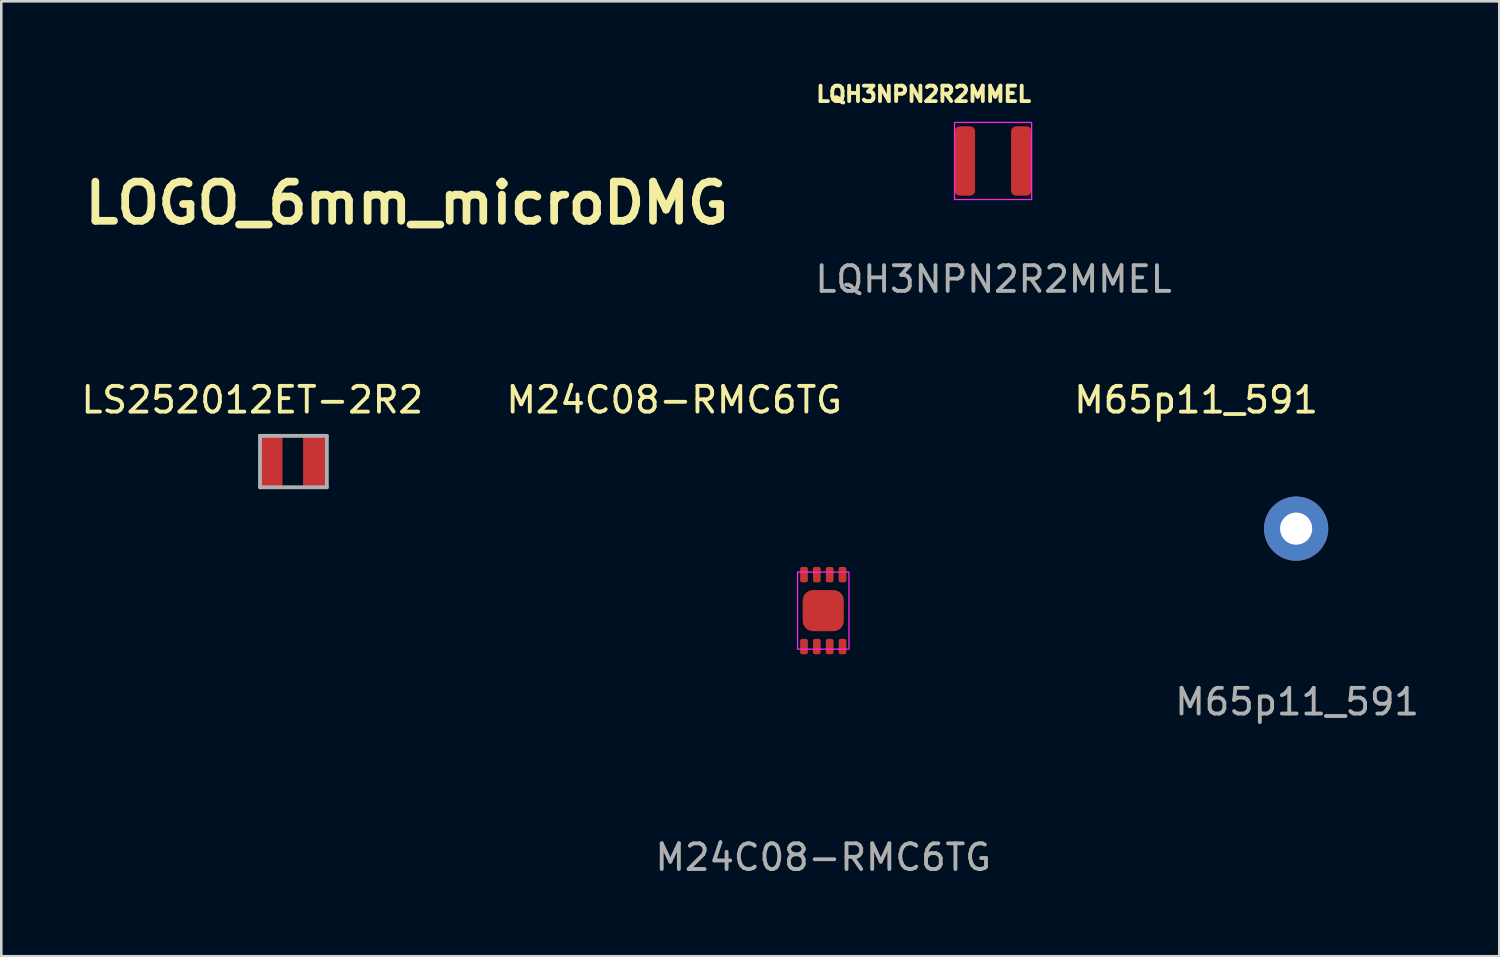
<source format=kicad_pcb>
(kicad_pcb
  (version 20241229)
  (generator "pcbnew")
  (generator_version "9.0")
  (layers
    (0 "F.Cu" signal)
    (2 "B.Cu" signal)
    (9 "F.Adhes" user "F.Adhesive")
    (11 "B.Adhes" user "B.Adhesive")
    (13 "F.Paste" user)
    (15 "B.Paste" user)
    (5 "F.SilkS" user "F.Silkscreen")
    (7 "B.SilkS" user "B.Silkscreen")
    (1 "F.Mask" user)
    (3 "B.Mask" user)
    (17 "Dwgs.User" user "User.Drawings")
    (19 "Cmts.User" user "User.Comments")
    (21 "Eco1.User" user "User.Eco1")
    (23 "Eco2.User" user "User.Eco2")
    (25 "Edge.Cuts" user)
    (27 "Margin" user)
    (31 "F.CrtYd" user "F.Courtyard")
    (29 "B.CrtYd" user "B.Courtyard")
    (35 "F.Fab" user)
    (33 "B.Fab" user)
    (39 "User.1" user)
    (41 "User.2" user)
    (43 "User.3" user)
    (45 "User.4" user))
  (footprint "LQH3NPN2R2MMEL"
    (layer "F.Cu")
    (at 35.593 3.214)
    (property "Reference" "LQH3NPN2R2MMEL" (at -2.7 -2.6 0) (unlocked yes) (layer "F.SilkS") (effects (font (size 0.6 0.6) (thickness 0.15))))
    (attr smd)
    (fp_rect (start 1.5 1.5) (end -1.5 -1.5) (stroke (width 0.05) (type solid)) (fill no) (layer "F.CrtYd"))
    (fp_text user "${REFERENCE}" (at 0.02 4.6 0) (unlocked yes) (layer "F.Fab") (effects (font (size 1 1) (thickness 0.15))))
    (pad "1" smd roundrect (at -1.1 0) (size 0.8 2.7) (layers "F.Cu" "F.Mask" "F.Paste") (roundrect_rratio 0.25))
    (pad "2" smd roundrect (at 1.1 0) (size 0.8 2.7) (layers "F.Cu" "F.Mask" "F.Paste") (roundrect_rratio 0.25)))
  (footprint "LOGO_6mm_microDMG"
    (layer "F.Cu")
    (at 15.7 2.752)
    (property "Reference" "LOGO_6mm_microDMG" (at -2.92 2.1 0) (layer "F.SilkS") (effects (font (size 1.524 1.524) (thickness 0.3))))
    (attr board_only exclude_from_pos_files exclude_from_bom)
    (fp_poly (pts (xy -1.695 -0.128) (xy -1.731 -0.128) (xy -1.758 -0.13) (xy -1.792 -0.135) (xy -1.815 -0.139) (xy -1.907 -0.165) (xy -1.991 -0.204) (xy -2.068 -0.255) (xy -2.135 -0.318) (xy -2.193 -0.392) (xy -2.239 -0.473) (xy -2.265 -0.535) (xy -2.281 -0.596) (xy -2.291 -0.662) (xy -2.293 -0.688) (xy -2.292 -0.781) (xy -2.276 -0.872) (xy -2.247 -0.959) (xy -2.205 -1.04) (xy -2.151 -1.114) (xy -2.085 -1.18) (xy -2.038 -1.216) (xy -1.976 -1.253) (xy -1.908 -1.284) (xy -1.839 -1.306) (xy -1.771 -1.318) (xy -1.735 -1.32) (xy -1.695 -1.32)) (stroke (width 0) (type solid)) (fill yes) (layer "F.Mask"))
    (fp_poly (pts (xy 1.622 -1.32) (xy 1.658 -1.317) (xy 1.702 -1.31) (xy 1.749 -1.298) (xy 1.793 -1.285) (xy 1.819 -1.275) (xy 1.859 -1.255) (xy 1.903 -1.228) (xy 1.946 -1.199) (xy 1.982 -1.171) (xy 1.988 -1.165) (xy 2.047 -1.102) (xy 2.096 -1.029) (xy 2.135 -0.949) (xy 2.163 -0.864) (xy 2.177 -0.777) (xy 2.179 -0.689) (xy 2.175 -0.652) (xy 2.156 -0.559) (xy 2.123 -0.472) (xy 2.078 -0.393) (xy 2.023 -0.322) (xy 1.957 -0.26) (xy 1.882 -0.208) (xy 1.799 -0.169) (xy 1.709 -0.141) (xy 1.701 -0.139) (xy 1.668 -0.134) (xy 1.637 -0.129) (xy 1.614 -0.128) (xy 1.613 -0.128) (xy 1.583 -0.128) (xy 1.583 -1.32)) (stroke (width 0) (type solid)) (fill yes) (layer "F.Mask"))
    (fp_poly (pts (xy -0.056 -1.211) (xy -0.013 -1.211) (xy 0.019 -1.209) (xy 0.044 -1.207) (xy 0.065 -1.203) (xy 0.086 -1.196) (xy 0.105 -1.189) (xy 0.182 -1.153) (xy 0.251 -1.105) (xy 0.312 -1.047) (xy 0.362 -0.981) (xy 0.4 -0.908) (xy 0.416 -0.863) (xy 0.43 -0.793) (xy 0.433 -0.718) (xy 0.426 -0.642) (xy 0.41 -0.57) (xy 0.394 -0.529) (xy 0.353 -0.454) (xy 0.302 -0.39) (xy 0.241 -0.335) (xy 0.173 -0.291) (xy 0.098 -0.259) (xy 0.019 -0.24) (xy -0.063 -0.233) (xy -0.147 -0.241) (xy -0.165 -0.244) (xy -0.238 -0.267) (xy -0.308 -0.303) (xy -0.373 -0.351) (xy -0.43 -0.407) (xy -0.478 -0.471) (xy -0.514 -0.54) (xy -0.526 -0.571) (xy -0.533 -0.597) (xy -0.539 -0.621) (xy -0.542 -0.647) (xy -0.543 -0.679) (xy -0.544 -0.722) (xy -0.544 -0.728) (xy -0.543 -0.771) (xy -0.542 -0.803) (xy -0.539 -0.828) (xy -0.535 -0.85) (xy -0.528 -0.872) (xy -0.524 -0.884) (xy -0.494 -0.952) (xy -0.458 -1.01) (xy -0.412 -1.065) (xy -0.404 -1.072) (xy -0.35 -1.12) (xy -0.293 -1.157) (xy -0.227 -1.187) (xy -0.216 -1.191) (xy -0.193 -1.2) (xy -0.172 -1.205) (xy -0.15 -1.209) (xy -0.123 -1.21) (xy -0.088 -1.211)) (stroke (width 0) (type solid)) (fill yes) (layer "F.Mask"))
    (fp_poly (pts (xy -0.025 -2.752) (xy 0.056 -2.749) (xy 0.132 -2.742) (xy 0.198 -2.732) (xy 0.206 -2.731) (xy 0.347 -2.695) (xy 0.482 -2.647) (xy 0.61 -2.585) (xy 0.731 -2.511) (xy 0.843 -2.426) (xy 0.947 -2.33) (xy 1.041 -2.224) (xy 1.123 -2.109) (xy 1.195 -1.984) (xy 1.197 -1.98) (xy 1.246 -1.873) (xy 1.283 -1.768) (xy 1.301 -1.704) (xy 1.308 -1.676) (xy 1.315 -1.65) (xy 1.32 -1.626) (xy 1.325 -1.602) (xy 1.329 -1.578) (xy 1.333 -1.552) (xy 1.336 -1.524) (xy 1.338 -1.491) (xy 1.34 -1.454) (xy 1.342 -1.411) (xy 1.343 -1.36) (xy 1.344 -1.302) (xy 1.345 -1.234) (xy 1.346 -1.155) (xy 1.347 -1.066) (xy 1.347 -0.963) (xy 1.348 -0.848) (xy 1.348 -0.811) (xy 1.349 -0.674) (xy 1.349 -0.55) (xy 1.349 -0.44) (xy 1.349 -0.341) (xy 1.348 -0.253) (xy 1.347 -0.176) (xy 1.346 -0.107) (xy 1.343 -0.047) (xy 1.34 0.007) (xy 1.337 0.055) (xy 1.332 0.098) (xy 1.327 0.137) (xy 1.321 0.173) (xy 1.314 0.207) (xy 1.306 0.24) (xy 1.296 0.273) (xy 1.286 0.307) (xy 1.278 0.334) (xy 1.229 0.461) (xy 1.167 0.584) (xy 1.093 0.701) (xy 1.008 0.812) (xy 0.914 0.913) (xy 0.811 1.004) (xy 0.7 1.083) (xy 0.676 1.098) (xy 0.631 1.126) (xy 0.661 1.165) (xy 0.689 1.206) (xy 0.717 1.257) (xy 0.743 1.312) (xy 0.763 1.366) (xy 0.774 1.399) (xy 0.784 1.456) (xy 0.79 1.521) (xy 0.79 1.589) (xy 0.785 1.653) (xy 0.777 1.699) (xy 0.759 1.765) (xy 0.732 1.834) (xy 0.702 1.899) (xy 0.688 1.925) (xy 0.666 1.96) (xy 0.643 1.996) (xy 0.616 2.033) (xy 0.586 2.073) (xy 0.551 2.117) (xy 0.509 2.166) (xy 0.46 2.223) (xy 0.403 2.289) (xy 0.367 2.329) (xy 0.298 2.407) (xy 0.239 2.477) (xy 0.188 2.539) (xy 0.145 2.596) (xy 0.108 2.649) (xy 0.077 2.699) (xy 0.049 2.748) (xy 0.023 2.798) (xy 0.023 2.8) (xy -0.013 2.876) (xy -0.037 2.839) (xy -0.06 2.799) (xy -0.077 2.762) (xy -0.087 2.725) (xy -0.092 2.681) (xy -0.093 2.629) (xy -0.092 2.577) (xy -0.087 2.533) (xy -0.077 2.492) (xy -0.06 2.451) (xy -0.037 2.405) (xy -0.019 2.374) (xy 0.014 2.312) (xy 0.037 2.256) (xy 0.049 2.205) (xy 0.051 2.154) (xy 0.046 2.112) (xy 0.026 2.045) (xy -0.006 1.983) (xy -0.05 1.929) (xy -0.102 1.885) (xy -0.141 1.862) (xy -0.17 1.849) (xy -0.192 1.84) (xy -0.214 1.836) (xy -0.241 1.834) (xy -0.266 1.834) (xy -0.302 1.835) (xy -0.328 1.838) (xy -0.35 1.843) (xy -0.37 1.852) (xy -0.414 1.88) (xy -0.454 1.916) (xy -0.487 1.955) (xy -0.499 1.977) (xy -0.516 2.027) (xy -0.523 2.083) (xy -0.52 2.143) (xy -0.507 2.202) (xy -0.488 2.251) (xy -0.48 2.268) (xy -0.479 2.279) (xy -0.48 2.28) (xy -0.492 2.276) (xy -0.513 2.264) (xy -0.54 2.245) (xy -0.57 2.223) (xy -0.602 2.199) (xy -0.631 2.175) (xy -0.653 2.155) (xy -0.725 2.077) (xy -0.786 1.99) (xy -0.834 1.897) (xy -0.869 1.799) (xy -0.89 1.697) (xy -0.897 1.592) (xy -0.893 1.513) (xy -0.877 1.412) (xy -0.852 1.322) (xy -0.817 1.239) (xy -0.779 1.172) (xy -0.764 1.149) (xy -0.755 1.132) (xy -0.751 1.123) (xy -0.751 1.123) (xy -0.758 1.118) (xy -0.775 1.108) (xy -0.795 1.095) (xy -0.914 1.013) (xy -1.022 0.921) (xy -1.12 0.818) (xy -1.207 0.707) (xy -1.282 0.587) (xy -1.345 0.461) (xy -1.395 0.328) (xy -1.431 0.189) (xy -1.454 0.046) (xy -1.455 0.039) (xy -1.456 0.017) (xy -1.458 -0.018) (xy -1.459 -0.065) (xy -1.46 -0.123) (xy -1.461 -0.191) (xy -1.461 -0.267) (xy -1.462 -0.35) (xy -1.462 -0.438) (xy -1.463 -0.53) (xy -1.463 -0.625) (xy -1.463 -0.721) (xy -1.463 -0.818) (xy -1.463 -0.913) (xy -1.462 -1.006) (xy -1.462 -1.054) (xy -0.855 -1.054) (xy -0.855 -0.961) (xy -0.854 -0.855) (xy -0.854 -0.735) (xy -0.854 -0.683) (xy -0.851 0.019) (xy -0.831 0.094) (xy -0.795 0.199) (xy -0.746 0.297) (xy -0.687 0.386) (xy -0.617 0.466) (xy -0.537 0.536) (xy -0.448 0.594) (xy -0.351 0.64) (xy -0.326 0.65) (xy -0.223 0.679) (xy -0.117 0.695) (xy -0.012 0.697) (xy 0.076 0.687) (xy 0.181 0.661) (xy 0.281 0.621) (xy 0.375 0.568) (xy 0.462 0.502) (xy 0.502 0.464) (xy 0.576 0.381) (xy 0.636 0.29) (xy 0.682 0.193) (xy 0.716 0.09) (xy 0.735 -0.018) (xy 0.736 -0.039) (xy 0.737 -0.073) (xy 0.739 -0.12) (xy 0.74 -0.178) (xy 0.741 -0.245) (xy 0.741 -0.32) (xy 0.742 -0.401) (xy 0.742 -0.487) (xy 0.743 -0.577) (xy 0.743 -0.67) (xy 0.743 -0.763) (xy 0.743 -0.855) (xy 0.742 -0.946) (xy 0.742 -1.033) (xy 0.741 -1.115) (xy 0.741 -1.191) (xy 0.74 -1.26) (xy 0.739 -1.319) (xy 0.738 -1.368) (xy 0.736 -1.404) (xy 0.735 -1.428) (xy 0.735 -1.43) (xy 0.716 -1.537) (xy 0.684 -1.638) (xy 0.639 -1.733) (xy 0.584 -1.82) (xy 0.519 -1.899) (xy 0.444 -1.968) (xy 0.361 -2.027) (xy 0.271 -2.075) (xy 0.175 -2.112) (xy 0.073 -2.135) (xy -0.033 -2.145) (xy -0.054 -2.145) (xy -0.165 -2.139) (xy -0.27 -2.118) (xy -0.369 -2.084) (xy -0.463 -2.035) (xy -0.551 -1.973) (xy -0.605 -1.926) (xy -0.676 -1.85) (xy -0.734 -1.769) (xy -0.781 -1.681) (xy -0.813 -1.598) (xy -0.82 -1.576) (xy -0.826 -1.556) (xy -0.832 -1.536) (xy -0.836 -1.516) (xy -0.84 -1.494) (xy -0.844 -1.469) (xy -0.847 -1.44) (xy -0.849 -1.407) (xy -0.851 -1.368) (xy -0.852 -1.323) (xy -0.853 -1.27) (xy -0.854 -1.208) (xy -0.855 -1.137) (xy -0.855 -1.054) (xy -1.462 -1.054) (xy -1.462 -1.094) (xy -1.461 -1.177) (xy -1.461 -1.254) (xy -1.46 -1.322) (xy -1.459 -1.381) (xy -1.458 -1.43) (xy -1.456 -1.466) (xy -1.455 -1.489) (xy -1.455 -1.491) (xy -1.433 -1.633) (xy -1.398 -1.768) (xy -1.35 -1.897) (xy -1.321 -1.962) (xy -1.25 -2.089) (xy -1.168 -2.208) (xy -1.075 -2.316) (xy -0.973 -2.414) (xy -0.862 -2.501) (xy -0.742 -2.576) (xy -0.616 -2.639) (xy -0.482 -2.689) (xy -0.343 -2.725) (xy -0.249 -2.742) (xy -0.182 -2.749) (xy -0.105 -2.752)) (stroke (width 0) (type solid)) (fill yes) (layer "F.Mask")))
  (footprint "LS252012ET-2R2"
    (layer "F.Cu")
    (at 8.368 14.911)
    (property "Reference" "LS252012ET-2R2" (at -1.6 -2.4 0) (layer "F.SilkS") (effects (font (size 1 1) (thickness 0.15))))
    (attr through_hole)
    (fp_line (start -1.3 -1) (end 1.3 -1) (stroke (width 0.15) (type solid)) (layer "F.Fab"))
    (fp_line (start -1.3 0) (end -1.3 -1) (stroke (width 0.15) (type solid)) (layer "F.Fab"))
    (fp_line (start -1.3 1) (end -1.3 0) (stroke (width 0.15) (type solid)) (layer "F.Fab"))
    (fp_line (start 1.3 -1) (end 1.3 1) (stroke (width 0.15) (type solid)) (layer "F.Fab"))
    (fp_line (start 1.3 1) (end -1.3 1) (stroke (width 0.15) (type solid)) (layer "F.Fab"))
    (pad "1" smd rect (at -0.85 0) (size 0.85 2) (layers "F.Cu" "F.Mask" "F.Paste"))
    (pad "2" smd rect (at 0.8 0) (size 0.85 2) (layers "F.Cu" "F.Mask" "F.Paste")))
  (footprint "M24C08-RMC6TG"
    (layer "F.Cu")
    (at 28.985 20.711)
    (property "Reference" "M24C08-RMC6TG" (at -5.8 -8.2 0) (unlocked yes) (layer "F.SilkS") (effects (font (size 1 1) (thickness 0.15))))
    (attr smd)
    (fp_rect (start 1 1.5) (end -1 -1.5) (stroke (width 0.05) (type solid)) (fill no) (layer "F.CrtYd"))
    (fp_text user "${REFERENCE}" (at 0 9.6 0) (unlocked yes) (layer "F.Fab") (effects (font (size 1 1) (thickness 0.15))))
    (pad "1" smd roundrect (at -0.75 1.4) (size 0.3 0.6) (layers "F.Cu" "F.Mask" "F.Paste") (roundrect_rratio 0.25))
    (pad "2" smd roundrect (at -0.25 1.4) (size 0.3 0.6) (layers "F.Cu" "F.Mask" "F.Paste") (roundrect_rratio 0.25))
    (pad "3" smd roundrect (at 0.25 1.4) (size 0.3 0.6) (layers "F.Cu" "F.Mask" "F.Paste") (roundrect_rratio 0.25))
    (pad "4" smd roundrect (at 0.75 1.4) (size 0.3 0.6) (layers "F.Cu" "F.Mask" "F.Paste") (roundrect_rratio 0.25))
    (pad "5" smd roundrect (at 0.75 -1.4) (size 0.3 0.6) (layers "F.Cu" "F.Mask" "F.Paste") (roundrect_rratio 0.25))
    (pad "6" smd roundrect (at 0.25 -1.4) (size 0.3 0.6) (layers "F.Cu" "F.Mask" "F.Paste") (roundrect_rratio 0.25))
    (pad "7" smd roundrect (at -0.25 -1.4) (size 0.3 0.6) (layers "F.Cu" "F.Mask" "F.Paste") (roundrect_rratio 0.25))
    (pad "8" smd roundrect (at -0.75 -1.4) (size 0.3 0.6) (layers "F.Cu" "F.Mask" "F.Paste") (roundrect_rratio 0.25))
    (pad "9" smd roundrect (at 0 0) (size 1.6 1.6) (layers "F.Cu" "F.Mask" "F.Paste") (roundrect_rratio 0.25)))
  (footprint "M65p11_591"
    (layer "F.Cu")
    (at 47.386 17.521)
    (property "Reference" "M65p11_591" (at -3.89 -5.01 0) (unlocked yes) (layer "F.SilkS") (effects (font (size 1 1) (thickness 0.15))))
    (attr smd)
    (fp_text user "${REFERENCE}" (at 0.04 6.74 0) (unlocked yes) (layer "F.Fab") (effects (font (size 1 1) (thickness 0.15))))
    (pad "1" thru_hole circle (at 0 0) (size 2.5 2.5) (drill 1.25) (layers "*.Cu" "*.Mask")))
  (gr_rect
    (start -3 -3)
    (end 55.29 34.159)
    (stroke (width 0.1) (type default))
    (fill no)
    (layer "Edge.Cuts")))
</source>
